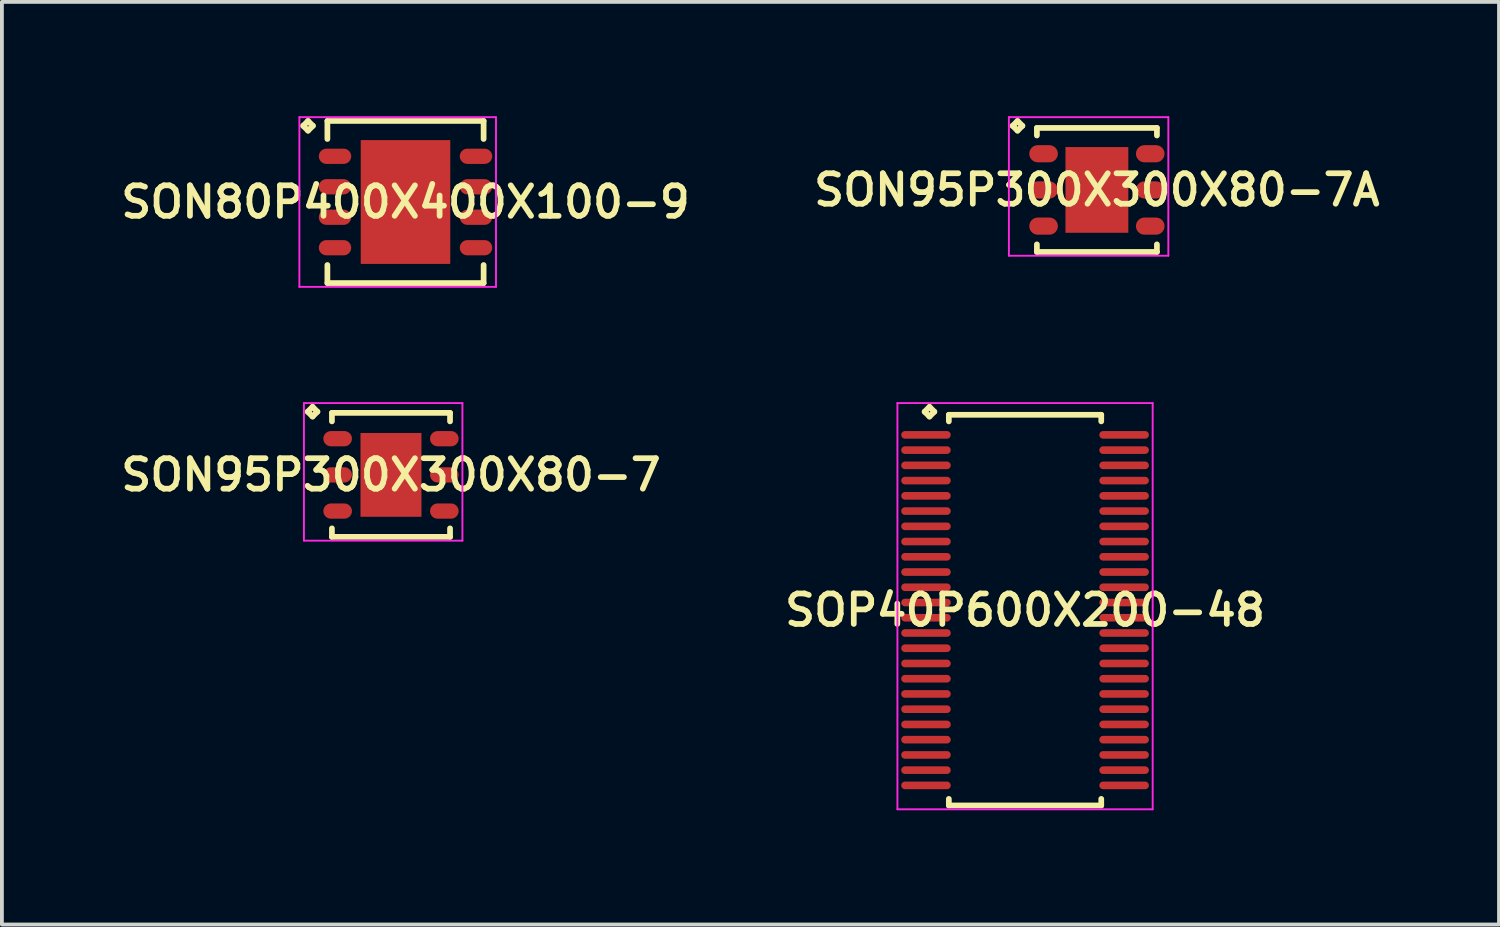
<source format=kicad_pcb>
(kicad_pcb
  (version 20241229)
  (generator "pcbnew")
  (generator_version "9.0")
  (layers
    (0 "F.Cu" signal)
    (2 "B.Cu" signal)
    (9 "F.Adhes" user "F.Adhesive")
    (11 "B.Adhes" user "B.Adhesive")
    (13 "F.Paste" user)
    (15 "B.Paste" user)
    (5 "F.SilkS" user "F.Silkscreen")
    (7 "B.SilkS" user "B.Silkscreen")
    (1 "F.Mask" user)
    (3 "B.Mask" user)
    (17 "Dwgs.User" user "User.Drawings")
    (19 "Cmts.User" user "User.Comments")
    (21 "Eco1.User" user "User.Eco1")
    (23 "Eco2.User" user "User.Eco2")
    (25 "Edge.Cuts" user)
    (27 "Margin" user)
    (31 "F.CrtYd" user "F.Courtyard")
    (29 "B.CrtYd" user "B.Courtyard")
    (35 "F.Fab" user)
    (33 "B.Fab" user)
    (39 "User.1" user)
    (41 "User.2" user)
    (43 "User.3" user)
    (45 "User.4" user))
  (footprint "SON80P400X400X100-9"
    (layer "F.Cu")
    (at 7.593 2.252)
    (property "Reference" "SON80P400X400X100-9" (at 0 0 0) (layer "F.SilkS") (effects (font (size 0.8 0.8) (thickness 0.15))))
    (attr smd)
    (fp_line (start -2.685 -2) (end -2.558 -2.127) (stroke (width 0.15) (type solid)) (layer "F.SilkS"))
    (fp_line (start -2.558 -2.127) (end -2.431 -2) (stroke (width 0.15) (type solid)) (layer "F.SilkS"))
    (fp_line (start -2.558 -1.873) (end -2.685 -2) (stroke (width 0.15) (type solid)) (layer "F.SilkS"))
    (fp_line (start -2.431 -2) (end -2.558 -1.873) (stroke (width 0.15) (type solid)) (layer "F.SilkS"))
    (fp_line (start -2.05 -2.127) (end 2.05 -2.127) (stroke (width 0.15) (type solid)) (layer "F.SilkS"))
    (fp_line (start -2.05 -1.654) (end -2.05 -2.127) (stroke (width 0.15) (type solid)) (layer "F.SilkS"))
    (fp_line (start -2.05 1.654) (end -2.05 2.127) (stroke (width 0.15) (type solid)) (layer "F.SilkS"))
    (fp_line (start -2.05 2.127) (end 2.05 2.127) (stroke (width 0.15) (type solid)) (layer "F.SilkS"))
    (fp_line (start 2.05 -2.127) (end 2.05 -1.654) (stroke (width 0.15) (type solid)) (layer "F.SilkS"))
    (fp_line (start 2.05 2.127) (end 2.05 1.654) (stroke (width 0.15) (type solid)) (layer "F.SilkS"))
    (fp_line (start -2.785 -2.227) (end 2.375 -2.227) (stroke (width 0.05) (type solid)) (layer "F.CrtYd"))
    (fp_line (start -2.785 2.227) (end -2.785 -2.227) (stroke (width 0.05) (type solid)) (layer "F.CrtYd"))
    (fp_line (start 2.375 -2.227) (end 2.375 2.227) (stroke (width 0.05) (type solid)) (layer "F.CrtYd"))
    (fp_line (start 2.375 2.227) (end -2.785 2.227) (stroke (width 0.05) (type solid)) (layer "F.CrtYd"))
    (pad "1" smd oval (at -1.85 -1.2) (size 0.85 0.4) (layers "F.Cu" "F.Mask" "F.Paste"))
    (pad "2" smd oval (at -1.85 -0.4) (size 0.85 0.4) (layers "F.Cu" "F.Mask" "F.Paste"))
    (pad "3" smd oval (at -1.85 0.4) (size 0.85 0.4) (layers "F.Cu" "F.Mask" "F.Paste"))
    (pad "4" smd oval (at -1.85 1.2) (size 0.85 0.4) (layers "F.Cu" "F.Mask" "F.Paste"))
    (pad "5" smd oval (at 1.85 1.2) (size 0.85 0.4) (layers "F.Cu" "F.Mask" "F.Paste"))
    (pad "6" smd oval (at 1.85 0.4) (size 0.85 0.4) (layers "F.Cu" "F.Mask" "F.Paste"))
    (pad "7" smd oval (at 1.85 -0.4) (size 0.85 0.4) (layers "F.Cu" "F.Mask" "F.Paste"))
    (pad "8" smd oval (at 1.85 -1.2) (size 0.85 0.4) (layers "F.Cu" "F.Mask" "F.Paste"))
    (pad "9" smd rect (at 0 0) (size 2.35 3.25) (layers "F.Cu" "F.Mask" "F.Paste")))
  (footprint "SON95P300X300X80-7"
    (layer "F.Cu")
    (at 7.212 9.414)
    (property "Reference" "SON95P300X300X80-7" (at 0 0 0) (layer "F.SilkS") (effects (font (size 0.8 0.8) (thickness 0.15))))
    (attr smd)
    (fp_line (start -2.185 -1.658) (end -2.058 -1.785) (stroke (width 0.15) (type solid)) (layer "F.SilkS"))
    (fp_line (start -2.058 -1.785) (end -1.931 -1.658) (stroke (width 0.15) (type solid)) (layer "F.SilkS"))
    (fp_line (start -2.058 -1.531) (end -2.185 -1.658) (stroke (width 0.15) (type solid)) (layer "F.SilkS"))
    (fp_line (start -1.931 -1.658) (end -2.058 -1.531) (stroke (width 0.15) (type solid)) (layer "F.SilkS"))
    (fp_line (start -1.55 -1.627) (end 1.55 -1.627) (stroke (width 0.15) (type solid)) (layer "F.SilkS"))
    (fp_line (start -1.55 -1.404) (end -1.55 -1.627) (stroke (width 0.15) (type solid)) (layer "F.SilkS"))
    (fp_line (start -1.55 1.404) (end -1.55 1.627) (stroke (width 0.15) (type solid)) (layer "F.SilkS"))
    (fp_line (start -1.55 1.627) (end 1.55 1.627) (stroke (width 0.15) (type solid)) (layer "F.SilkS"))
    (fp_line (start 1.55 -1.627) (end 1.55 -1.404) (stroke (width 0.15) (type solid)) (layer "F.SilkS"))
    (fp_line (start 1.55 1.627) (end 1.55 1.404) (stroke (width 0.15) (type solid)) (layer "F.SilkS"))
    (fp_line (start -2.285 -1.885) (end 1.875 -1.885) (stroke (width 0.05) (type solid)) (layer "F.CrtYd"))
    (fp_line (start -2.285 1.727) (end -2.285 -1.885) (stroke (width 0.05) (type solid)) (layer "F.CrtYd"))
    (fp_line (start 1.875 -1.885) (end 1.875 1.727) (stroke (width 0.05) (type solid)) (layer "F.CrtYd"))
    (fp_line (start 1.875 1.727) (end -2.285 1.727) (stroke (width 0.05) (type solid)) (layer "F.CrtYd"))
    (pad "1" smd oval (at -1.4 -0.95) (size 0.75 0.4) (layers "F.Cu" "F.Mask" "F.Paste"))
    (pad "2" smd oval (at -1.4 0) (size 0.75 0.4) (layers "F.Cu" "F.Mask" "F.Paste"))
    (pad "3" smd oval (at -1.4 0.95) (size 0.75 0.4) (layers "F.Cu" "F.Mask" "F.Paste"))
    (pad "4" smd oval (at 1.4 0.95) (size 0.75 0.4) (layers "F.Cu" "F.Mask" "F.Paste"))
    (pad "5" smd oval (at 1.4 0) (size 0.75 0.4) (layers "F.Cu" "F.Mask" "F.Paste"))
    (pad "6" smd oval (at 1.4 -0.95) (size 0.75 0.4) (layers "F.Cu" "F.Mask" "F.Paste"))
    (pad "7" smd rect (at 0 0) (size 1.6 2.2) (layers "F.Cu" "F.Mask" "F.Paste")))
  (footprint "SOP40P600X200-48"
    (layer "F.Cu")
    (at 23.854 12.964)
    (property "Reference" "SOP40P600X200-48" (at 0 0 0) (layer "F.SilkS") (effects (font (size 0.8 0.8) (thickness 0.15))))
    (attr smd)
    (fp_line (start -2.635 -5.208) (end -2.508 -5.335) (stroke (width 0.15) (type solid)) (layer "F.SilkS"))
    (fp_line (start -2.508 -5.335) (end -2.381 -5.208) (stroke (width 0.15) (type solid)) (layer "F.SilkS"))
    (fp_line (start -2.508 -5.081) (end -2.635 -5.208) (stroke (width 0.15) (type solid)) (layer "F.SilkS"))
    (fp_line (start -2.381 -5.208) (end -2.508 -5.081) (stroke (width 0.15) (type solid)) (layer "F.SilkS"))
    (fp_line (start -2 -5.127) (end 2 -5.127) (stroke (width 0.15) (type solid)) (layer "F.SilkS"))
    (fp_line (start -2 -4.954) (end -2 -5.127) (stroke (width 0.15) (type solid)) (layer "F.SilkS"))
    (fp_line (start -2 4.954) (end -2 5.127) (stroke (width 0.15) (type solid)) (layer "F.SilkS"))
    (fp_line (start -2 5.127) (end 2 5.127) (stroke (width 0.15) (type solid)) (layer "F.SilkS"))
    (fp_line (start 2 -5.127) (end 2 -4.954) (stroke (width 0.15) (type solid)) (layer "F.SilkS"))
    (fp_line (start 2 5.127) (end 2 4.954) (stroke (width 0.15) (type solid)) (layer "F.SilkS"))
    (fp_line (start -3.35 -5.435) (end 3.35 -5.435) (stroke (width 0.05) (type solid)) (layer "F.CrtYd"))
    (fp_line (start -3.35 5.227) (end -3.35 -5.435) (stroke (width 0.05) (type solid)) (layer "F.CrtYd"))
    (fp_line (start 3.35 -5.435) (end 3.35 5.227) (stroke (width 0.05) (type solid)) (layer "F.CrtYd"))
    (fp_line (start 3.35 5.227) (end -3.35 5.227) (stroke (width 0.05) (type solid)) (layer "F.CrtYd"))
    (pad "1" smd oval (at -2.6 -4.6) (size 1.3 0.2) (layers "F.Cu" "F.Mask" "F.Paste"))
    (pad "2" smd oval (at -2.6 -4.2) (size 1.3 0.2) (layers "F.Cu" "F.Mask" "F.Paste"))
    (pad "3" smd oval (at -2.6 -3.8) (size 1.3 0.2) (layers "F.Cu" "F.Mask" "F.Paste"))
    (pad "4" smd oval (at -2.6 -3.4) (size 1.3 0.2) (layers "F.Cu" "F.Mask" "F.Paste"))
    (pad "5" smd oval (at -2.6 -3) (size 1.3 0.2) (layers "F.Cu" "F.Mask" "F.Paste"))
    (pad "6" smd oval (at -2.6 -2.6) (size 1.3 0.2) (layers "F.Cu" "F.Mask" "F.Paste"))
    (pad "7" smd oval (at -2.6 -2.2) (size 1.3 0.2) (layers "F.Cu" "F.Mask" "F.Paste"))
    (pad "8" smd oval (at -2.6 -1.8) (size 1.3 0.2) (layers "F.Cu" "F.Mask" "F.Paste"))
    (pad "9" smd oval (at -2.6 -1.4) (size 1.3 0.2) (layers "F.Cu" "F.Mask" "F.Paste"))
    (pad "10" smd oval (at -2.6 -1) (size 1.3 0.2) (layers "F.Cu" "F.Mask" "F.Paste"))
    (pad "11" smd oval (at -2.6 -0.6) (size 1.3 0.2) (layers "F.Cu" "F.Mask" "F.Paste"))
    (pad "12" smd oval (at -2.6 -0.2) (size 1.3 0.2) (layers "F.Cu" "F.Mask" "F.Paste"))
    (pad "13" smd oval (at -2.6 0.2) (size 1.3 0.2) (layers "F.Cu" "F.Mask" "F.Paste"))
    (pad "14" smd oval (at -2.6 0.6) (size 1.3 0.2) (layers "F.Cu" "F.Mask" "F.Paste"))
    (pad "15" smd oval (at -2.6 1) (size 1.3 0.2) (layers "F.Cu" "F.Mask" "F.Paste"))
    (pad "16" smd oval (at -2.6 1.4) (size 1.3 0.2) (layers "F.Cu" "F.Mask" "F.Paste"))
    (pad "17" smd oval (at -2.6 1.8) (size 1.3 0.2) (layers "F.Cu" "F.Mask" "F.Paste"))
    (pad "18" smd oval (at -2.6 2.2) (size 1.3 0.2) (layers "F.Cu" "F.Mask" "F.Paste"))
    (pad "19" smd oval (at -2.6 2.6) (size 1.3 0.2) (layers "F.Cu" "F.Mask" "F.Paste"))
    (pad "20" smd oval (at -2.6 3) (size 1.3 0.2) (layers "F.Cu" "F.Mask" "F.Paste"))
    (pad "21" smd oval (at -2.6 3.4) (size 1.3 0.2) (layers "F.Cu" "F.Mask" "F.Paste"))
    (pad "22" smd oval (at -2.6 3.8) (size 1.3 0.2) (layers "F.Cu" "F.Mask" "F.Paste"))
    (pad "23" smd oval (at -2.6 4.2) (size 1.3 0.2) (layers "F.Cu" "F.Mask" "F.Paste"))
    (pad "24" smd oval (at -2.6 4.6) (size 1.3 0.2) (layers "F.Cu" "F.Mask" "F.Paste"))
    (pad "25" smd oval (at 2.6 4.6) (size 1.3 0.2) (layers "F.Cu" "F.Mask" "F.Paste"))
    (pad "26" smd oval (at 2.6 4.2) (size 1.3 0.2) (layers "F.Cu" "F.Mask" "F.Paste"))
    (pad "27" smd oval (at 2.6 3.8) (size 1.3 0.2) (layers "F.Cu" "F.Mask" "F.Paste"))
    (pad "28" smd oval (at 2.6 3.4) (size 1.3 0.2) (layers "F.Cu" "F.Mask" "F.Paste"))
    (pad "29" smd oval (at 2.6 3) (size 1.3 0.2) (layers "F.Cu" "F.Mask" "F.Paste"))
    (pad "30" smd oval (at 2.6 2.6) (size 1.3 0.2) (layers "F.Cu" "F.Mask" "F.Paste"))
    (pad "31" smd oval (at 2.6 2.2) (size 1.3 0.2) (layers "F.Cu" "F.Mask" "F.Paste"))
    (pad "32" smd oval (at 2.6 1.8) (size 1.3 0.2) (layers "F.Cu" "F.Mask" "F.Paste"))
    (pad "33" smd oval (at 2.6 1.4) (size 1.3 0.2) (layers "F.Cu" "F.Mask" "F.Paste"))
    (pad "34" smd oval (at 2.6 1) (size 1.3 0.2) (layers "F.Cu" "F.Mask" "F.Paste"))
    (pad "35" smd oval (at 2.6 0.6) (size 1.3 0.2) (layers "F.Cu" "F.Mask" "F.Paste"))
    (pad "36" smd oval (at 2.6 0.2) (size 1.3 0.2) (layers "F.Cu" "F.Mask" "F.Paste"))
    (pad "37" smd oval (at 2.6 -0.2) (size 1.3 0.2) (layers "F.Cu" "F.Mask" "F.Paste"))
    (pad "38" smd oval (at 2.6 -0.6) (size 1.3 0.2) (layers "F.Cu" "F.Mask" "F.Paste"))
    (pad "39" smd oval (at 2.6 -1) (size 1.3 0.2) (layers "F.Cu" "F.Mask" "F.Paste"))
    (pad "40" smd oval (at 2.6 -1.4) (size 1.3 0.2) (layers "F.Cu" "F.Mask" "F.Paste"))
    (pad "41" smd oval (at 2.6 -1.8) (size 1.3 0.2) (layers "F.Cu" "F.Mask" "F.Paste"))
    (pad "42" smd oval (at 2.6 -2.2) (size 1.3 0.2) (layers "F.Cu" "F.Mask" "F.Paste"))
    (pad "43" smd oval (at 2.6 -2.6) (size 1.3 0.2) (layers "F.Cu" "F.Mask" "F.Paste"))
    (pad "44" smd oval (at 2.6 -3) (size 1.3 0.2) (layers "F.Cu" "F.Mask" "F.Paste"))
    (pad "45" smd oval (at 2.6 -3.4) (size 1.3 0.2) (layers "F.Cu" "F.Mask" "F.Paste"))
    (pad "46" smd oval (at 2.6 -3.8) (size 1.3 0.2) (layers "F.Cu" "F.Mask" "F.Paste"))
    (pad "47" smd oval (at 2.6 -4.2) (size 1.3 0.2) (layers "F.Cu" "F.Mask" "F.Paste"))
    (pad "48" smd oval (at 2.6 -4.6) (size 1.3 0.2) (layers "F.Cu" "F.Mask" "F.Paste")))
  (footprint "SON95P300X300X80-7A"
    (layer "F.Cu")
    (at 25.74 1.935)
    (property "Reference" "SON95P300X300X80-7A" (at 0 0 0) (layer "F.SilkS") (effects (font (size 0.8 0.8) (thickness 0.15))))
    (attr smd)
    (fp_line (start -2.21 -1.683) (end -2.083 -1.81) (stroke (width 0.15) (type solid)) (layer "F.SilkS"))
    (fp_line (start -2.083 -1.81) (end -1.956 -1.683) (stroke (width 0.15) (type solid)) (layer "F.SilkS"))
    (fp_line (start -2.083 -1.556) (end -2.21 -1.683) (stroke (width 0.15) (type solid)) (layer "F.SilkS"))
    (fp_line (start -1.956 -1.683) (end -2.083 -1.556) (stroke (width 0.15) (type solid)) (layer "F.SilkS"))
    (fp_line (start -1.575 -1.627) (end 1.575 -1.627) (stroke (width 0.15) (type solid)) (layer "F.SilkS"))
    (fp_line (start -1.575 -1.429) (end -1.575 -1.627) (stroke (width 0.15) (type solid)) (layer "F.SilkS"))
    (fp_line (start -1.575 1.429) (end -1.575 1.627) (stroke (width 0.15) (type solid)) (layer "F.SilkS"))
    (fp_line (start -1.575 1.627) (end 1.575 1.627) (stroke (width 0.15) (type solid)) (layer "F.SilkS"))
    (fp_line (start 1.575 -1.627) (end 1.575 -1.429) (stroke (width 0.15) (type solid)) (layer "F.SilkS"))
    (fp_line (start 1.575 1.627) (end 1.575 1.429) (stroke (width 0.15) (type solid)) (layer "F.SilkS"))
    (fp_line (start -2.31 -1.91) (end 1.875 -1.91) (stroke (width 0.05) (type solid)) (layer "F.CrtYd"))
    (fp_line (start -2.31 1.727) (end -2.31 -1.91) (stroke (width 0.05) (type solid)) (layer "F.CrtYd"))
    (fp_line (start 1.875 -1.91) (end 1.875 1.727) (stroke (width 0.05) (type solid)) (layer "F.CrtYd"))
    (fp_line (start 1.875 1.727) (end -2.31 1.727) (stroke (width 0.05) (type solid)) (layer "F.CrtYd"))
    (pad "1" smd oval (at -1.4 -0.95) (size 0.75 0.45) (layers "F.Cu" "F.Mask" "F.Paste"))
    (pad "2" smd oval (at -1.4 0) (size 0.75 0.45) (layers "F.Cu" "F.Mask" "F.Paste"))
    (pad "3" smd oval (at -1.4 0.95) (size 0.75 0.45) (layers "F.Cu" "F.Mask" "F.Paste"))
    (pad "4" smd oval (at 1.4 0.95) (size 0.75 0.45) (layers "F.Cu" "F.Mask" "F.Paste"))
    (pad "5" smd oval (at 1.4 0) (size 0.75 0.45) (layers "F.Cu" "F.Mask" "F.Paste"))
    (pad "6" smd oval (at 1.4 -0.95) (size 0.75 0.45) (layers "F.Cu" "F.Mask" "F.Paste"))
    (pad "7" smd rect (at 0 0) (size 1.65 2.25) (layers "F.Cu" "F.Mask" "F.Paste")))
  (gr_rect
    (start -3 -3)
    (end 36.294 21.216)
    (stroke (width 0.1) (type default))
    (fill no)
    (layer "Edge.Cuts")))
</source>
